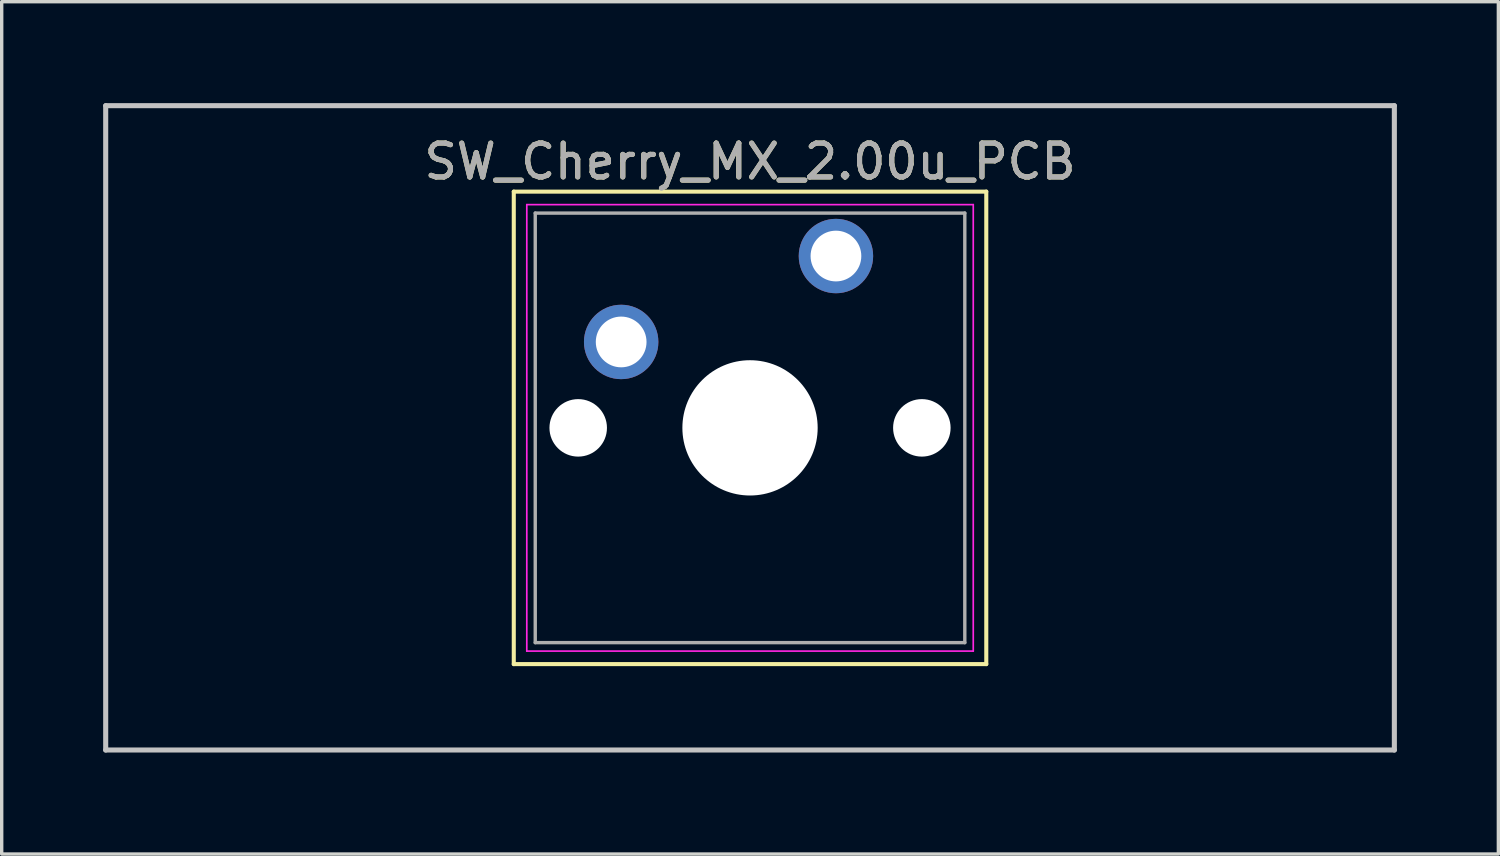
<source format=kicad_pcb>
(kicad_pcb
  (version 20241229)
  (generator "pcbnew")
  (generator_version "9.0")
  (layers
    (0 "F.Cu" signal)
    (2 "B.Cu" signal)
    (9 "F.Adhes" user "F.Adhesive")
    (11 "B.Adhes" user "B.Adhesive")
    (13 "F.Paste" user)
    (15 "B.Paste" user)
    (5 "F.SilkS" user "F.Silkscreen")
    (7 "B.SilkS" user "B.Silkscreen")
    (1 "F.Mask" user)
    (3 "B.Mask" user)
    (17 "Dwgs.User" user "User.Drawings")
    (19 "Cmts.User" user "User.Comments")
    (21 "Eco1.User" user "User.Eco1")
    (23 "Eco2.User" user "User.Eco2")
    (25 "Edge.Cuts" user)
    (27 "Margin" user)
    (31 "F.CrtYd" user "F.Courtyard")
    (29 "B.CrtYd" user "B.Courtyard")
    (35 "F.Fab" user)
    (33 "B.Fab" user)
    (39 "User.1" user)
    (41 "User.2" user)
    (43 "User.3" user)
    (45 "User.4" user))
  (footprint "SW_Cherry_MX_2.00u_PCB"
    (layer "F.Cu")
    (at 21.665 4.52)
    (property "Reference" "SW_Cherry_MX_2.00u_PCB" (at -2.54 -2.794 0) (layer "F.SilkS") (effects (font (size 1 1) (thickness 0.15))))
    (attr through_hole)
    (fp_line (start -9.525 -1.905) (end 4.445 -1.905) (stroke (width 0.12) (type solid)) (layer "F.SilkS"))
    (fp_line (start -9.525 12.065) (end -9.525 -1.905) (stroke (width 0.12) (type solid)) (layer "F.SilkS"))
    (fp_line (start 4.445 -1.905) (end 4.445 12.065) (stroke (width 0.12) (type solid)) (layer "F.SilkS"))
    (fp_line (start 4.445 12.065) (end -9.525 12.065) (stroke (width 0.12) (type solid)) (layer "F.SilkS"))
    (fp_line (start -21.59 -4.445) (end 16.51 -4.445) (stroke (width 0.15) (type solid)) (layer "Dwgs.User"))
    (fp_line (start -21.59 14.605) (end -21.59 -4.445) (stroke (width 0.15) (type solid)) (layer "Dwgs.User"))
    (fp_line (start 16.51 -4.445) (end 16.51 14.605) (stroke (width 0.15) (type solid)) (layer "Dwgs.User"))
    (fp_line (start 16.51 14.605) (end -21.59 14.605) (stroke (width 0.15) (type solid)) (layer "Dwgs.User"))
    (fp_line (start -9.14 -1.52) (end 4.06 -1.52) (stroke (width 0.05) (type solid)) (layer "F.CrtYd"))
    (fp_line (start -9.14 11.68) (end -9.14 -1.52) (stroke (width 0.05) (type solid)) (layer "F.CrtYd"))
    (fp_line (start 4.06 -1.52) (end 4.06 11.68) (stroke (width 0.05) (type solid)) (layer "F.CrtYd"))
    (fp_line (start 4.06 11.68) (end -9.14 11.68) (stroke (width 0.05) (type solid)) (layer "F.CrtYd"))
    (fp_line (start -8.89 -1.27) (end 3.81 -1.27) (stroke (width 0.1) (type solid)) (layer "F.Fab"))
    (fp_line (start -8.89 11.43) (end -8.89 -1.27) (stroke (width 0.1) (type solid)) (layer "F.Fab"))
    (fp_line (start 3.81 -1.27) (end 3.81 11.43) (stroke (width 0.1) (type solid)) (layer "F.Fab"))
    (fp_line (start 3.81 11.43) (end -8.89 11.43) (stroke (width 0.1) (type solid)) (layer "F.Fab"))
    (fp_text user "${REFERENCE}" (at -2.54 -2.794 0) (layer "F.Fab") (effects (font (size 1 1) (thickness 0.15))))
    (pad "" np_thru_hole circle (at -7.62 5.08) (size 1.7 1.7) (drill 1.7) (layers "*.Cu" "*.Mask"))
    (pad "" np_thru_hole circle (at -2.54 5.08) (size 4 4) (drill 4) (layers "*.Cu" "*.Mask"))
    (pad "" np_thru_hole circle (at 2.54 5.08) (size 1.7 1.7) (drill 1.7) (layers "*.Cu" "*.Mask"))
    (pad "1" thru_hole circle (at 0 0) (size 2.2 2.2) (drill 1.5) (layers "*.Cu" "*.Mask"))
    (pad "2" thru_hole circle (at -6.35 2.54) (size 2.2 2.2) (drill 1.5) (layers "*.Cu" "*.Mask")))
  (gr_rect
    (start -3 -3)
    (end 41.25 22.2)
    (stroke (width 0.1) (type default))
    (fill no)
    (layer "Edge.Cuts")))
</source>
